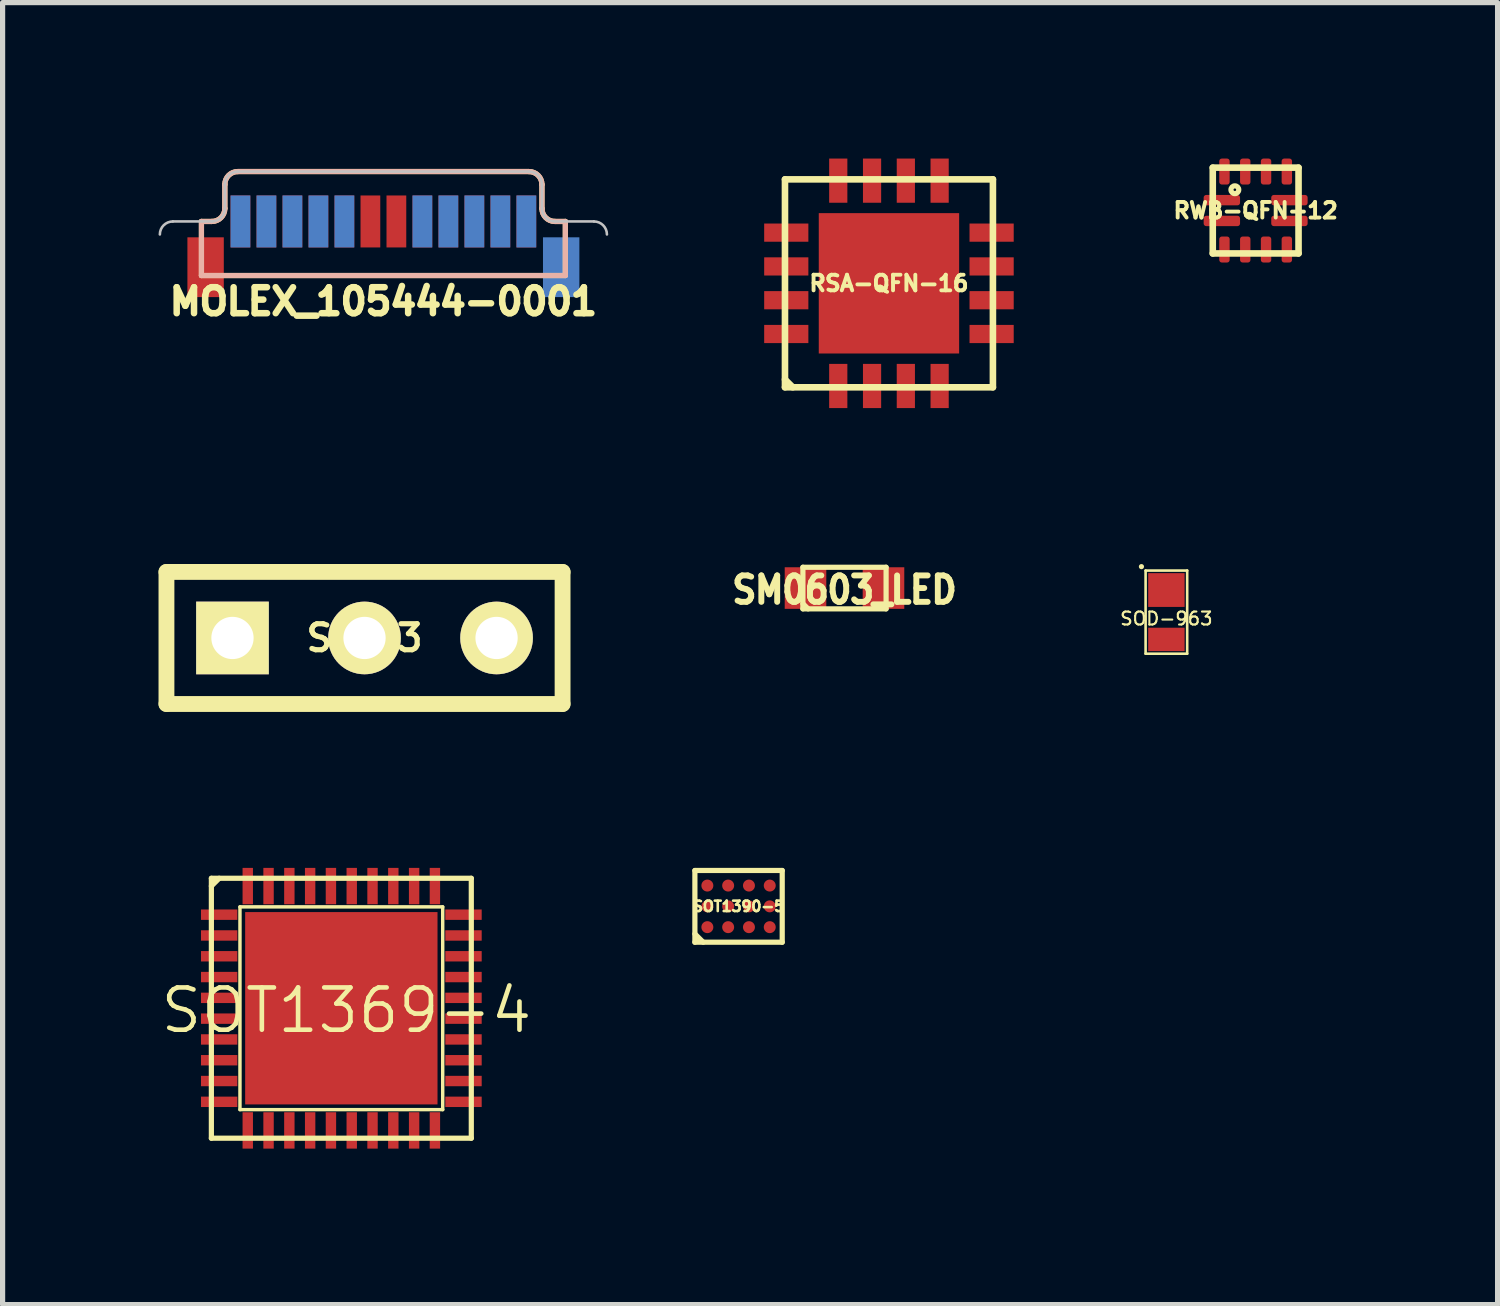
<source format=kicad_pcb>
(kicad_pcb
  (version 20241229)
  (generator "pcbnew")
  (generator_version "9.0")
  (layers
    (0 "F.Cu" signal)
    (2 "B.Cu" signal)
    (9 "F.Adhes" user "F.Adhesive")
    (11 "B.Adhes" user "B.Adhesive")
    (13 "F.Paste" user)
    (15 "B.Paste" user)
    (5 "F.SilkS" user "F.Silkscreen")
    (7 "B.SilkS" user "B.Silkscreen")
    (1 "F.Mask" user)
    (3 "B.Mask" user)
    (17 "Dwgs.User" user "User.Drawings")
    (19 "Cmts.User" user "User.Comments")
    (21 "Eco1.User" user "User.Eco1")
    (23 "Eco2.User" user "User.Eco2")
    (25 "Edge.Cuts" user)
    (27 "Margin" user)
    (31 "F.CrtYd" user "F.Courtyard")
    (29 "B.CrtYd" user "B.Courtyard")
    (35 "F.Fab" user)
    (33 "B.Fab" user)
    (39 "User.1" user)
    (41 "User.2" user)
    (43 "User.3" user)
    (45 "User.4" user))
  (footprint "SM0603_LED"
    (layer "F.Cu")
    (at 13.195 8.262)
    (property "Reference" "SM0603_LED" (at 0 0.036 0) (layer "F.SilkS") (effects (font (size 0.508 0.457) (thickness 0.114))))
    (attr smd)
    (fp_line (start -0.8 -0.4) (end 0.8 -0.4) (stroke (width 0.1) (type solid)) (layer "F.SilkS"))
    (fp_line (start -0.8 0.4) (end -0.8 -0.4) (stroke (width 0.1) (type solid)) (layer "F.SilkS"))
    (fp_line (start -0.7 0.4) (end -0.8 0.3) (stroke (width 0.1) (type solid)) (layer "F.SilkS"))
    (fp_line (start 0.8 -0.4) (end 0.8 0.4) (stroke (width 0.1) (type solid)) (layer "F.SilkS"))
    (fp_line (start 0.8 0.4) (end -0.8 0.4) (stroke (width 0.1) (type solid)) (layer "F.SilkS"))
    (pad "1" smd rect (at -0.75 0) (size 0.8 0.8) (layers "F.Cu" "F.Mask" "F.Paste"))
    (pad "2" smd rect (at 0.75 0) (size 0.8 0.8) (layers "F.Cu" "F.Mask" "F.Paste")))
  (footprint "RSA-QFN-16"
    (layer "F.Cu")
    (at 14.05 2.4)
    (property "Reference" "RSA-QFN-16" (at 0 0 0) (layer "F.SilkS") (effects (font (size 0.3 0.3) (thickness 0.075))))
    (attr smd)
    (fp_line (start -2 -2) (end -2 2) (stroke (width 0.127) (type solid)) (layer "F.SilkS"))
    (fp_line (start -2 -2) (end 2 -2) (stroke (width 0.127) (type solid)) (layer "F.SilkS"))
    (fp_line (start -2 1.85) (end -1.85 2) (stroke (width 0.127) (type solid)) (layer "F.SilkS"))
    (fp_line (start -2 2) (end 2 2) (stroke (width 0.127) (type solid)) (layer "F.SilkS"))
    (fp_line (start 2 -2) (end 2 2) (stroke (width 0.127) (type solid)) (layer "F.SilkS"))
    (pad "1" smd rect (at -0.975 1.975) (size 0.35 0.85) (layers "F.Cu" "F.Mask" "F.Paste"))
    (pad "2" smd rect (at -0.325 1.975) (size 0.35 0.85) (layers "F.Cu" "F.Mask" "F.Paste"))
    (pad "3" smd rect (at 0.325 1.975) (size 0.35 0.85) (layers "F.Cu" "F.Mask" "F.Paste"))
    (pad "4" smd rect (at 0.975 1.975) (size 0.35 0.85) (layers "F.Cu" "F.Mask" "F.Paste"))
    (pad "5" smd rect (at 1.975 0.975 90) (size 0.35 0.85) (layers "F.Cu" "F.Mask" "F.Paste"))
    (pad "6" smd rect (at 1.975 0.325 90) (size 0.35 0.85) (layers "F.Cu" "F.Mask" "F.Paste"))
    (pad "7" smd rect (at 1.975 -0.325 90) (size 0.35 0.85) (layers "F.Cu" "F.Mask" "F.Paste"))
    (pad "8" smd rect (at 1.975 -0.975 90) (size 0.35 0.85) (layers "F.Cu" "F.Mask" "F.Paste"))
    (pad "9" smd rect (at 0.975 -1.975) (size 0.35 0.85) (layers "F.Cu" "F.Mask" "F.Paste"))
    (pad "10" smd rect (at 0.325 -1.975) (size 0.35 0.85) (layers "F.Cu" "F.Mask" "F.Paste"))
    (pad "11" smd rect (at -0.325 -1.975) (size 0.35 0.85) (layers "F.Cu" "F.Mask" "F.Paste"))
    (pad "12" smd rect (at -0.975 -1.975) (size 0.35 0.85) (layers "F.Cu" "F.Mask" "F.Paste"))
    (pad "13" smd rect (at -1.975 -0.975 90) (size 0.35 0.85) (layers "F.Cu" "F.Mask" "F.Paste"))
    (pad "14" smd rect (at -1.975 -0.325 90) (size 0.35 0.85) (layers "F.Cu" "F.Mask" "F.Paste"))
    (pad "15" smd rect (at -1.975 0.325 90) (size 0.35 0.85) (layers "F.Cu" "F.Mask" "F.Paste"))
    (pad "16" smd rect (at -1.975 0.975 90) (size 0.35 0.85) (layers "F.Cu" "F.Mask" "F.Paste"))
    (pad "17" smd rect (at 0 0) (size 2.7 2.7) (layers "F.Cu" "F.Mask" "F.Paste")))
  (footprint "SOT1369-4"
    (layer "F.Cu")
    (at 3.516 16.345)
    (property "Reference" "SOT1369-4" (at 0.097 0.041 0) (layer "F.SilkS") (effects (font (size 0.813 0.813) (thickness 0.089))))
    (attr smd)
    (fp_line (start -2.5 -2.5) (end 2.5 -2.5) (stroke (width 0.1) (type solid)) (layer "F.SilkS"))
    (fp_line (start -2.5 2.5) (end -2.5 -2.5) (stroke (width 0.1) (type solid)) (layer "F.SilkS"))
    (fp_line (start -2.35 -2.5) (end -2.5 -2.35) (stroke (width 0.1) (type solid)) (layer "F.SilkS"))
    (fp_line (start -1.95 -1.95) (end -1.95 1.95) (stroke (width 0.066) (type solid)) (layer "F.SilkS"))
    (fp_line (start -1.95 -1.95) (end 1.95 -1.95) (stroke (width 0.066) (type solid)) (layer "F.SilkS"))
    (fp_line (start -1.95 1.95) (end 1.95 1.95) (stroke (width 0.066) (type solid)) (layer "F.SilkS"))
    (fp_line (start 1.95 -1.95) (end 1.95 1.95) (stroke (width 0.066) (type solid)) (layer "F.SilkS"))
    (fp_line (start 2.5 -2.5) (end 2.5 2.5) (stroke (width 0.1) (type solid)) (layer "F.SilkS"))
    (fp_line (start 2.5 2.5) (end -2.5 2.5) (stroke (width 0.1) (type solid)) (layer "F.SilkS"))
    (pad "1" smd rect (at -2.35 -1.8) (size 0.7 0.2) (layers "F.Cu" "F.Mask" "F.Paste"))
    (pad "2" smd rect (at -2.35 -1.4) (size 0.7 0.2) (layers "F.Cu" "F.Mask" "F.Paste"))
    (pad "3" smd rect (at -2.35 -1) (size 0.7 0.2) (layers "F.Cu" "F.Mask" "F.Paste"))
    (pad "4" smd rect (at -2.35 -0.6) (size 0.7 0.2) (layers "F.Cu" "F.Mask" "F.Paste"))
    (pad "5" smd rect (at -2.35 -0.2) (size 0.7 0.2) (layers "F.Cu" "F.Mask" "F.Paste"))
    (pad "6" smd rect (at -2.35 0.2) (size 0.7 0.2) (layers "F.Cu" "F.Mask" "F.Paste"))
    (pad "7" smd rect (at -2.35 0.6) (size 0.7 0.2) (layers "F.Cu" "F.Mask" "F.Paste"))
    (pad "8" smd rect (at -2.35 1) (size 0.7 0.2) (layers "F.Cu" "F.Mask" "F.Paste"))
    (pad "9" smd rect (at -2.35 1.4) (size 0.7 0.2) (layers "F.Cu" "F.Mask" "F.Paste"))
    (pad "10" smd rect (at -2.35 1.8) (size 0.7 0.2) (layers "F.Cu" "F.Mask" "F.Paste"))
    (pad "11" smd rect (at -1.8 2.35) (size 0.2 0.7) (layers "F.Cu" "F.Mask" "F.Paste"))
    (pad "12" smd rect (at -1.4 2.35) (size 0.2 0.7) (layers "F.Cu" "F.Mask" "F.Paste"))
    (pad "13" smd rect (at -1 2.35) (size 0.2 0.7) (layers "F.Cu" "F.Mask" "F.Paste"))
    (pad "14" smd rect (at -0.6 2.35) (size 0.2 0.7) (layers "F.Cu" "F.Mask" "F.Paste"))
    (pad "15" smd rect (at -0.2 2.35) (size 0.2 0.7) (layers "F.Cu" "F.Mask" "F.Paste"))
    (pad "16" smd rect (at 0.2 2.35) (size 0.2 0.7) (layers "F.Cu" "F.Mask" "F.Paste"))
    (pad "17" smd rect (at 0.6 2.35) (size 0.2 0.7) (layers "F.Cu" "F.Mask" "F.Paste"))
    (pad "18" smd rect (at 1 2.35) (size 0.2 0.7) (layers "F.Cu" "F.Mask" "F.Paste"))
    (pad "19" smd rect (at 1.4 2.35) (size 0.2 0.7) (layers "F.Cu" "F.Mask" "F.Paste"))
    (pad "20" smd rect (at 1.8 2.35) (size 0.2 0.7) (layers "F.Cu" "F.Mask" "F.Paste"))
    (pad "21" smd rect (at 2.35 1.8) (size 0.7 0.2) (layers "F.Cu" "F.Mask" "F.Paste"))
    (pad "22" smd rect (at 2.35 1.4) (size 0.7 0.2) (layers "F.Cu" "F.Mask" "F.Paste"))
    (pad "23" smd rect (at 2.35 1) (size 0.7 0.2) (layers "F.Cu" "F.Mask" "F.Paste"))
    (pad "24" smd rect (at 2.35 0.6) (size 0.7 0.2) (layers "F.Cu" "F.Mask" "F.Paste"))
    (pad "25" smd rect (at 2.35 0.2) (size 0.7 0.2) (layers "F.Cu" "F.Mask" "F.Paste"))
    (pad "26" smd rect (at 2.35 -0.2) (size 0.7 0.2) (layers "F.Cu" "F.Mask" "F.Paste"))
    (pad "27" smd rect (at 2.35 -0.6) (size 0.7 0.2) (layers "F.Cu" "F.Mask" "F.Paste"))
    (pad "28" smd rect (at 2.35 -1) (size 0.7 0.2) (layers "F.Cu" "F.Mask" "F.Paste"))
    (pad "29" smd rect (at 2.35 -1.4) (size 0.7 0.2) (layers "F.Cu" "F.Mask" "F.Paste"))
    (pad "30" smd rect (at 2.35 -1.8) (size 0.7 0.2) (layers "F.Cu" "F.Mask" "F.Paste"))
    (pad "31" smd rect (at 1.8 -2.35) (size 0.2 0.7) (layers "F.Cu" "F.Mask" "F.Paste"))
    (pad "32" smd rect (at 1.4 -2.35) (size 0.2 0.7) (layers "F.Cu" "F.Mask" "F.Paste"))
    (pad "33" smd rect (at 1 -2.35) (size 0.2 0.7) (layers "F.Cu" "F.Mask" "F.Paste"))
    (pad "34" smd rect (at 0.6 -2.35) (size 0.2 0.7) (layers "F.Cu" "F.Mask" "F.Paste"))
    (pad "35" smd rect (at 0.2 -2.35) (size 0.2 0.7) (layers "F.Cu" "F.Mask" "F.Paste"))
    (pad "36" smd rect (at -0.2 -2.35) (size 0.2 0.7) (layers "F.Cu" "F.Mask" "F.Paste"))
    (pad "37" smd rect (at -0.6 -2.35) (size 0.2 0.7) (layers "F.Cu" "F.Mask" "F.Paste"))
    (pad "38" smd rect (at -1 -2.35) (size 0.2 0.7) (layers "F.Cu" "F.Mask" "F.Paste"))
    (pad "39" smd rect (at -1.4 -2.35) (size 0.2 0.7) (layers "F.Cu" "F.Mask" "F.Paste"))
    (pad "40" smd rect (at -1.8 -2.35) (size 0.2 0.7) (layers "F.Cu" "F.Mask" "F.Paste"))
    (pad "41" smd rect (at 0 0) (size 3.7 3.7) (layers "F.Cu" "F.Mask" "F.Paste")))
  (footprint "SIL-3"
    (layer "F.Cu")
    (at 3.962 9.222)
    (property "Reference" "SIL-3" (at 0 0 0) (layer "F.SilkS") (effects (font (size 0.5 0.5) (thickness 0.1))))
    (attr through_hole)
    (fp_line (start -3.81 -1.27) (end 3.81 -1.27) (stroke (width 0.305) (type solid)) (layer "F.SilkS"))
    (fp_line (start -3.81 1.27) (end -3.81 -1.27) (stroke (width 0.305) (type solid)) (layer "F.SilkS"))
    (fp_line (start 3.81 1.27) (end -3.81 1.27) (stroke (width 0.305) (type solid)) (layer "F.SilkS"))
    (fp_line (start 3.81 1.27) (end 3.81 -1.27) (stroke (width 0.305) (type solid)) (layer "F.SilkS"))
    (pad "1" thru_hole rect (at -2.54 0) (size 1.397 1.397) (drill 0.813) (layers "*.Cu" "*.Mask" "F.SilkS"))
    (pad "2" thru_hole circle (at 0 0) (size 1.397 1.397) (drill 0.813) (layers "*.Cu" "*.Mask" "F.SilkS"))
    (pad "3" thru_hole circle (at 2.54 0) (size 1.397 1.397) (drill 0.813) (layers "*.Cu" "*.Mask" "F.SilkS")))
  (footprint "SOT1390-5"
    (layer "F.Cu")
    (at 11.157 14.385)
    (property "Reference" "SOT1390-5" (at 0 0 0) (layer "F.SilkS") (effects (font (size 0.2 0.2) (thickness 0.05))))
    (attr smd)
    (fp_line (start -0.84 -0.69) (end -0.84 0.69) (stroke (width 0.1) (type solid)) (layer "F.SilkS"))
    (fp_line (start -0.84 -0.69) (end 0.84 -0.69) (stroke (width 0.1) (type solid)) (layer "F.SilkS"))
    (fp_line (start -0.84 0.53) (end -0.68 0.69) (stroke (width 0.1) (type solid)) (layer "F.SilkS"))
    (fp_line (start -0.84 0.69) (end 0.84 0.69) (stroke (width 0.1) (type solid)) (layer "F.SilkS"))
    (fp_line (start 0.84 -0.69) (end 0.84 0.69) (stroke (width 0.1) (type solid)) (layer "F.SilkS"))
    (pad "A1" smd circle (at -0.6 0.4) (size 0.23 0.23) (layers "F.Cu" "F.Mask" "F.Paste"))
    (pad "A2" smd circle (at -0.6 0) (size 0.23 0.23) (layers "F.Cu" "F.Mask" "F.Paste"))
    (pad "A3" smd circle (at -0.6 -0.4) (size 0.23 0.23) (layers "F.Cu" "F.Mask" "F.Paste"))
    (pad "B1" smd circle (at -0.2 0.4) (size 0.23 0.23) (layers "F.Cu" "F.Mask" "F.Paste"))
    (pad "B2" smd circle (at -0.2 0) (size 0.23 0.23) (layers "F.Cu" "F.Mask" "F.Paste"))
    (pad "B3" smd circle (at -0.2 -0.4) (size 0.23 0.23) (layers "F.Cu" "F.Mask" "F.Paste"))
    (pad "C1" smd circle (at 0.2 0.4) (size 0.23 0.23) (layers "F.Cu" "F.Mask" "F.Paste"))
    (pad "C2" smd circle (at 0.2 0) (size 0.23 0.23) (layers "F.Cu" "F.Mask" "F.Paste"))
    (pad "C3" smd circle (at 0.2 -0.4) (size 0.23 0.23) (layers "F.Cu" "F.Mask" "F.Paste"))
    (pad "D1" smd circle (at 0.6 0.4) (size 0.23 0.23) (layers "F.Cu" "F.Mask" "F.Paste"))
    (pad "D2" smd circle (at 0.6 0) (size 0.23 0.23) (layers "F.Cu" "F.Mask" "F.Paste"))
    (pad "D3" smd circle (at 0.6 -0.4) (size 0.23 0.23) (layers "F.Cu" "F.Mask" "F.Paste")))
  (footprint "RWB-QFN-12"
    (layer "F.Cu")
    (at 21.104 1)
    (property "Reference" "RWB-QFN-12" (at 0 0 0) (layer "F.SilkS") (effects (font (size 0.3 0.3) (thickness 0.075))))
    (attr smd)
    (fp_line (start -0.825 -0.825) (end -0.825 0.825) (stroke (width 0.127) (type solid)) (layer "F.SilkS"))
    (fp_line (start -0.825 -0.825) (end 0.825 -0.825) (stroke (width 0.127) (type solid)) (layer "F.SilkS"))
    (fp_line (start -0.825 0.825) (end 0.825 0.825) (stroke (width 0.127) (type solid)) (layer "F.SilkS"))
    (fp_line (start 0.825 -0.825) (end 0.825 0.825) (stroke (width 0.127) (type solid)) (layer "F.SilkS"))
    (fp_circle (center -0.4 -0.4) (end -0.375 -0.4) (stroke (width 0.1) (type solid)) (fill no) (layer "F.SilkS"))
    (pad "1" smd roundrect (at -0.65 -0.2) (size 0.7 0.2) (layers "F.Cu" "F.Mask" "F.Paste") (roundrect_rratio 0.25))
    (pad "2" smd roundrect (at -0.65 0.2) (size 0.7 0.2) (layers "F.Cu" "F.Mask" "F.Paste") (roundrect_rratio 0.25))
    (pad "3" smd roundrect (at -0.6 0.75) (size 0.2 0.5) (layers "F.Cu" "F.Mask" "F.Paste") (roundrect_rratio 0.25))
    (pad "4" smd roundrect (at -0.2 0.75) (size 0.2 0.5) (layers "F.Cu" "F.Mask" "F.Paste") (roundrect_rratio 0.25))
    (pad "5" smd roundrect (at 0.2 0.75) (size 0.2 0.5) (layers "F.Cu" "F.Mask" "F.Paste") (roundrect_rratio 0.25))
    (pad "6" smd roundrect (at 0.6 0.75) (size 0.2 0.5) (layers "F.Cu" "F.Mask" "F.Paste") (roundrect_rratio 0.25))
    (pad "7" smd roundrect (at 0.65 0.2) (size 0.7 0.2) (layers "F.Cu" "F.Mask" "F.Paste") (roundrect_rratio 0.25))
    (pad "8" smd roundrect (at 0.65 -0.2) (size 0.7 0.2) (layers "F.Cu" "F.Mask" "F.Paste") (roundrect_rratio 0.25))
    (pad "9" smd roundrect (at 0.6 -0.75) (size 0.2 0.5) (layers "F.Cu" "F.Mask" "F.Paste") (roundrect_rratio 0.25))
    (pad "10" smd roundrect (at 0.2 -0.75) (size 0.2 0.5) (layers "F.Cu" "F.Mask" "F.Paste") (roundrect_rratio 0.25))
    (pad "11" smd roundrect (at -0.2 -0.75) (size 0.2 0.5) (layers "F.Cu" "F.Mask" "F.Paste") (roundrect_rratio 0.25))
    (pad "12" smd roundrect (at -0.6 -0.75) (size 0.2 0.5) (layers "F.Cu" "F.Mask" "F.Paste") (roundrect_rratio 0.25)))
  (footprint "MOLEX_105444-0001"
    (layer "F.Cu")
    (at 4.325 0.25)
    (property "Reference" "MOLEX_105444-0001" (at 0 2.5 0) (layer "F.SilkS") (effects (font (size 0.5 0.5) (thickness 0.125))))
    (attr smd)
    (fp_line (start -3.5 0.96) (end -3.5 2) (stroke (width 0.1) (type solid)) (layer "F.SilkS"))
    (fp_line (start -3.5 0.96) (end -3.3 0.96) (stroke (width 0.1) (type solid)) (layer "F.SilkS"))
    (fp_line (start -3.5 2) (end 3.5 2) (stroke (width 0.1) (type solid)) (layer "F.SilkS"))
    (fp_line (start -3.05 0.25) (end -3.05 0.71) (stroke (width 0.1) (type solid)) (layer "F.SilkS"))
    (fp_line (start -2.8 0) (end 2.8 0) (stroke (width 0.1) (type solid)) (layer "F.SilkS"))
    (fp_line (start 3.05 0.25) (end 3.05 0.71) (stroke (width 0.1) (type solid)) (layer "F.SilkS"))
    (fp_line (start 3.3 0.96) (end 3.5 0.96) (stroke (width 0.1) (type solid)) (layer "F.SilkS"))
    (fp_line (start 3.5 0.96) (end 3.5 2) (stroke (width 0.1) (type solid)) (layer "F.SilkS"))
    (fp_arc (start -3.05 0.25) (mid -2.976777 0.073223) (end -2.8 0) (stroke (width 0.1) (type solid)) (layer "F.SilkS"))
    (fp_arc (start -3.05 0.71) (mid -3.123223 0.886777) (end -3.3 0.96) (stroke (width 0.1) (type solid)) (layer "F.SilkS"))
    (fp_arc (start 2.8 0) (mid 2.976777 0.073223) (end 3.05 0.25) (stroke (width 0.1) (type solid)) (layer "F.SilkS"))
    (fp_arc (start 3.3 0.96) (mid 3.123223 0.886777) (end 3.05 0.71) (stroke (width 0.1) (type solid)) (layer "F.SilkS"))
    (fp_line (start -3.5 0.96) (end -3.5 2) (stroke (width 0.1) (type solid)) (layer "B.SilkS"))
    (fp_line (start -3.5 0.96) (end -3.3 0.96) (stroke (width 0.1) (type solid)) (layer "B.SilkS"))
    (fp_line (start -3.5 2) (end 3.5 2) (stroke (width 0.1) (type solid)) (layer "B.SilkS"))
    (fp_line (start -3.05 0.25) (end -3.05 0.71) (stroke (width 0.1) (type solid)) (layer "B.SilkS"))
    (fp_line (start -2.8 0) (end 2.8 0) (stroke (width 0.1) (type solid)) (layer "B.SilkS"))
    (fp_line (start 3.05 0.25) (end 3.05 0.71) (stroke (width 0.1) (type solid)) (layer "B.SilkS"))
    (fp_line (start 3.3 0.96) (end 3.5 0.96) (stroke (width 0.1) (type solid)) (layer "B.SilkS"))
    (fp_line (start 3.5 0.96) (end 3.5 2) (stroke (width 0.1) (type solid)) (layer "B.SilkS"))
    (fp_arc (start -3.05 0.25) (mid -2.976777 0.073223) (end -2.8 0) (stroke (width 0.1) (type solid)) (layer "B.SilkS"))
    (fp_arc (start -3.05 0.71) (mid -3.123223 0.886777) (end -3.3 0.96) (stroke (width 0.1) (type solid)) (layer "B.SilkS"))
    (fp_arc (start 2.8 0) (mid 2.976777 0.073223) (end 3.05 0.25) (stroke (width 0.1) (type solid)) (layer "B.SilkS"))
    (fp_arc (start 3.3 0.96) (mid 3.123223 0.886777) (end 3.05 0.71) (stroke (width 0.1) (type solid)) (layer "B.SilkS"))
    (fp_line (start -3.3 0.96) (end -4.05 0.96) (stroke (width 0.05) (type solid)) (layer "Dwgs.User"))
    (fp_line (start -3.05 0.25) (end -3.05 0.71) (stroke (width 0.05) (type solid)) (layer "Dwgs.User"))
    (fp_line (start -2.8 0) (end 2.8 0) (stroke (width 0.05) (type solid)) (layer "Dwgs.User"))
    (fp_line (start 3.05 0.25) (end 3.05 0.71) (stroke (width 0.05) (type solid)) (layer "Dwgs.User"))
    (fp_line (start 4.05 0.96) (end 3.3 0.96) (stroke (width 0.05) (type solid)) (layer "Dwgs.User"))
    (fp_arc (start -4.3 1.21) (mid -4.226777 1.033223) (end -4.05 0.96) (stroke (width 0.05) (type solid)) (layer "Dwgs.User"))
    (fp_arc (start -3.05 0.25) (mid -2.976777 0.073223) (end -2.8 0) (stroke (width 0.05) (type solid)) (layer "Dwgs.User"))
    (fp_arc (start -3.05 0.71) (mid -3.123223 0.886777) (end -3.3 0.96) (stroke (width 0.05) (type solid)) (layer "Dwgs.User"))
    (fp_arc (start 2.8 0) (mid 2.976777 0.073223) (end 3.05 0.25) (stroke (width 0.05) (type solid)) (layer "Dwgs.User"))
    (fp_arc (start 3.3 0.96) (mid 3.123223 0.886777) (end 3.05 0.71) (stroke (width 0.05) (type solid)) (layer "Dwgs.User"))
    (fp_arc (start 4.05 0.96) (mid 4.226777 1.033223) (end 4.3 1.21) (stroke (width 0.05) (type solid)) (layer "Dwgs.User"))
    (pad "A1" smd rect (at -2.75 0.96) (size 0.38 1) (layers "F.Cu" "F.Mask" "F.Paste"))
    (pad "A2" smd rect (at -2.25 0.96) (size 0.38 1) (layers "F.Cu" "F.Mask" "F.Paste"))
    (pad "A3" smd rect (at -1.75 0.96) (size 0.38 1) (layers "F.Cu" "F.Mask" "F.Paste"))
    (pad "A4" smd rect (at -1.25 0.96) (size 0.38 1) (layers "F.Cu" "F.Mask" "F.Paste"))
    (pad "A5" smd rect (at -0.75 0.96) (size 0.38 1) (layers "F.Cu" "F.Mask" "F.Paste"))
    (pad "A6" smd rect (at -0.25 0.96) (size 0.38 1) (layers "F.Cu" "F.Mask" "F.Paste"))
    (pad "A7" smd rect (at 0.25 0.96) (size 0.38 1) (layers "F.Cu" "F.Mask" "F.Paste"))
    (pad "A8" smd rect (at 0.75 0.96) (size 0.38 1) (layers "F.Cu" "F.Mask" "F.Paste"))
    (pad "A9" smd rect (at 1.25 0.96) (size 0.38 1) (layers "F.Cu" "F.Mask" "F.Paste"))
    (pad "A10" smd rect (at 1.75 0.96) (size 0.38 1) (layers "F.Cu" "F.Mask" "F.Paste"))
    (pad "A11" smd rect (at 2.25 0.96) (size 0.38 1) (layers "F.Cu" "F.Mask" "F.Paste"))
    (pad "A12" smd rect (at 2.75 0.96) (size 0.38 1) (layers "F.Cu" "F.Mask" "F.Paste"))
    (pad "B1" smd rect (at 2.75 0.96) (size 0.38 1) (layers "B.Cu" "B.Mask" "B.Paste"))
    (pad "B2" smd rect (at 2.25 0.96) (size 0.38 1) (layers "B.Cu" "B.Mask" "B.Paste"))
    (pad "B3" smd rect (at 1.75 0.96) (size 0.38 1) (layers "B.Cu" "B.Mask" "B.Paste"))
    (pad "B4" smd rect (at 1.25 0.96) (size 0.38 1) (layers "B.Cu" "B.Mask" "B.Paste"))
    (pad "B5" smd rect (at 0.75 0.96) (size 0.38 1) (layers "B.Cu" "B.Mask" "B.Paste"))
    (pad "B8" smd rect (at -0.75 0.96) (size 0.38 1) (layers "B.Cu" "B.Mask" "B.Paste"))
    (pad "B9" smd rect (at -1.25 0.96) (size 0.38 1) (layers "B.Cu" "B.Mask" "B.Paste"))
    (pad "B10" smd rect (at -1.75 0.96) (size 0.38 1) (layers "B.Cu" "B.Mask" "B.Paste"))
    (pad "B11" smd rect (at -2.25 0.96) (size 0.38 1) (layers "B.Cu" "B.Mask" "B.Paste"))
    (pad "B12" smd rect (at -2.75 0.96) (size 0.38 1) (layers "B.Cu" "B.Mask" "B.Paste"))
    (pad "T1" smd rect (at -3.42 1.84) (size 0.7 1.15) (layers "F.Cu" "F.Mask" "F.Paste"))
    (pad "T2" smd rect (at 3.42 1.84) (size 0.7 1.15) (layers "B.Cu" "B.Mask" "B.Paste")))
  (footprint "SOD-963"
    (layer "F.Cu")
    (at 19.387 9.25)
    (property "Reference" "SOD-963" (at 0 -0.4 0) (layer "F.SilkS") (effects (font (size 0.25 0.25) (thickness 0.04))))
    (attr smd)
    (fp_line (start -0.48 -1.4) (end -0.48 -1.4) (stroke (width 0.1) (type solid)) (layer "F.SilkS"))
    (fp_line (start -0.4 -1.325) (end -0.4 0.275) (stroke (width 0.05) (type solid)) (layer "F.SilkS"))
    (fp_line (start -0.4 -1.325) (end 0.4 -1.325) (stroke (width 0.05) (type solid)) (layer "F.SilkS"))
    (fp_line (start 0.4 -1.325) (end 0.4 0.275) (stroke (width 0.05) (type solid)) (layer "F.SilkS"))
    (fp_line (start 0.4 0.275) (end -0.4 0.275) (stroke (width 0.05) (type solid)) (layer "F.SilkS"))
    (pad "1" smd rect (at 0 -0.95) (size 0.7 0.65) (layers "F.Cu" "F.Mask" "F.Paste"))
    (pad "2" smd rect (at 0 0) (size 0.7 0.45) (layers "F.Cu" "F.Mask" "F.Paste")))
  (gr_rect
    (start -3 -3)
    (end 25.758 22.045)
    (stroke (width 0.1) (type default))
    (fill no)
    (layer "Edge.Cuts")))
</source>
